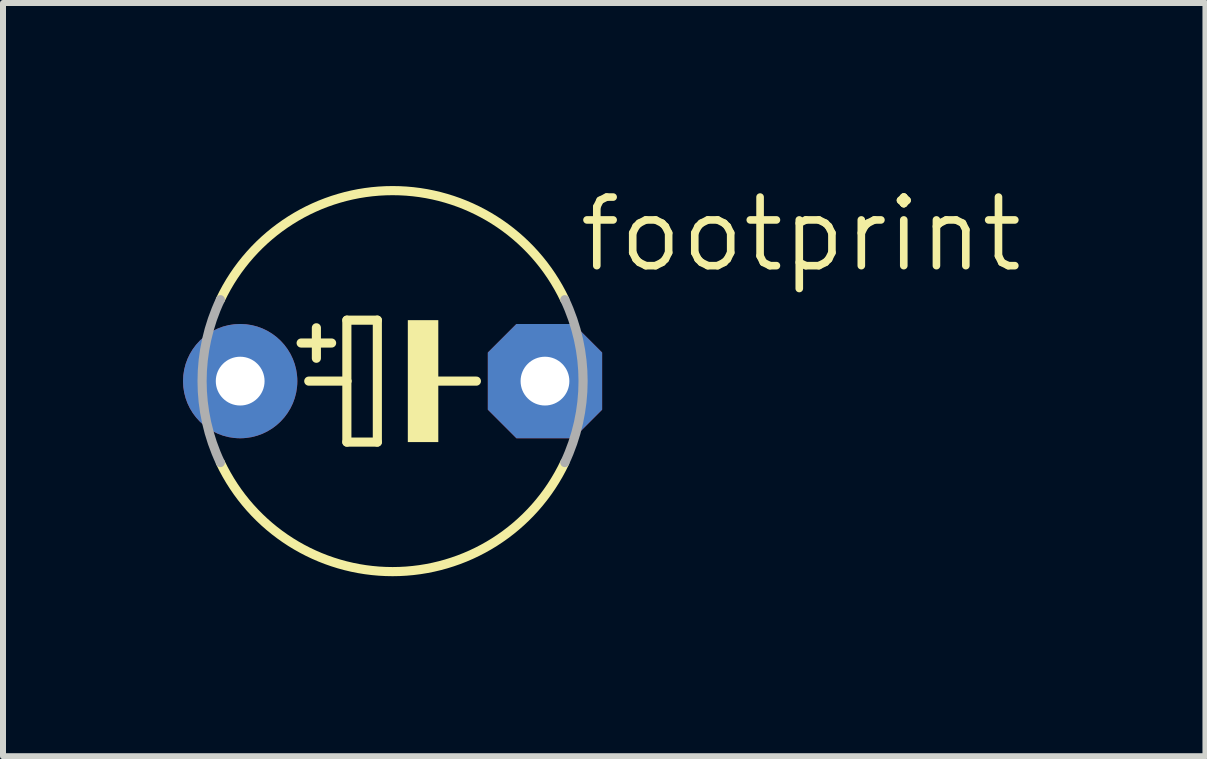
<source format=kicad_pcb>
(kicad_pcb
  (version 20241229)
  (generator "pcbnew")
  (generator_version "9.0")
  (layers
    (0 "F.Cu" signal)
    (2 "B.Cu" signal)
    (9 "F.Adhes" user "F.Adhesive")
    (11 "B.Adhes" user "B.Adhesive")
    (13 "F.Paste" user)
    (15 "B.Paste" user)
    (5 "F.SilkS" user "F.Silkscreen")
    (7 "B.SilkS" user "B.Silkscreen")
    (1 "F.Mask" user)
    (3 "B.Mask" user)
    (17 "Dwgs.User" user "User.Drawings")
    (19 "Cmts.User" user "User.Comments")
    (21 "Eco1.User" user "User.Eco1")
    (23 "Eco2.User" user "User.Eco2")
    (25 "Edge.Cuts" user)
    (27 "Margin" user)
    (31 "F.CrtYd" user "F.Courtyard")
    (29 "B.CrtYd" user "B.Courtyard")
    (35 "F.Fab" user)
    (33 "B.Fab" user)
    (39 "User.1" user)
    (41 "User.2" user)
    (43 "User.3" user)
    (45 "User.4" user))
  (footprint "footprint"
    (layer "F.Cu")
    (at 3.493 3.302)
    (property "Reference" "footprint" (at 3.048 -1.778 0) (layer "F.SilkS") (effects (font (size 1.143 1.143) (thickness 0.127)) (justify left bottom)))
    (fp_line (start -1.524 -0.635) (end -1.016 -0.635) (stroke (width 0.152) (type solid)) (layer "F.SilkS"))
    (fp_line (start -1.397 0) (end -0.762 0) (stroke (width 0.152) (type solid)) (layer "F.SilkS"))
    (fp_line (start -1.27 -0.381) (end -1.27 -0.889) (stroke (width 0.152) (type solid)) (layer "F.SilkS"))
    (fp_line (start -0.762 -1.016) (end -0.762 0) (stroke (width 0.152) (type solid)) (layer "F.SilkS"))
    (fp_line (start -0.762 0) (end -0.762 1.016) (stroke (width 0.152) (type solid)) (layer "F.SilkS"))
    (fp_line (start -0.762 1.016) (end -0.254 1.016) (stroke (width 0.152) (type solid)) (layer "F.SilkS"))
    (fp_line (start -0.254 -1.016) (end -0.762 -1.016) (stroke (width 0.152) (type solid)) (layer "F.SilkS"))
    (fp_line (start -0.254 1.016) (end -0.254 -1.016) (stroke (width 0.152) (type solid)) (layer "F.SilkS"))
    (fp_line (start 0.635 0) (end 1.397 0) (stroke (width 0.152) (type solid)) (layer "F.SilkS"))
    (fp_arc (start -2.8702 -1.3574) (mid 0 -3.174993) (end 2.8702 -1.3574) (stroke (width 0.1524) (type solid)) (layer "F.SilkS"))
    (fp_arc (start 2.8702 1.3574) (mid 0 3.174993) (end -2.8702 1.3574) (stroke (width 0.1524) (type solid)) (layer "F.SilkS"))
    (fp_poly (pts (xy 0.254 1.016) (xy 0.762 1.016) (xy 0.762 -1.016) (xy 0.254 -1.016)) (stroke (width 0) (type solid)) (fill yes) (layer "F.SilkS"))
    (fp_arc (start -2.8702 1.3574) (mid -3.174993 0) (end -2.8702 -1.3574) (stroke (width 0.1524) (type solid)) (layer "F.Fab"))
    (fp_arc (start 2.8702 -1.3574) (mid 3.174993 0) (end 2.8702 1.3574) (stroke (width 0.1524) (type solid)) (layer "F.Fab"))
    (pad "+" thru_hole circle (at -2.54 0) (size 1.905 1.905) (drill 0.813) (layers "*.Cu" "*.Mask"))
    (pad "-" thru_hole roundrect (at 2.54 0) (size 1.905 1.905) (drill 0.813) (layers "*.Cu" "*.Mask") (roundrect_rratio 0.25) (chamfer_ratio 0.25) (chamfer top_left top_right bottom_left bottom_right)))
  (gr_rect
    (start -3 -3)
    (end 17.041 9.553)
    (stroke (width 0.1) (type default))
    (fill no)
    (layer "Edge.Cuts")))
</source>
